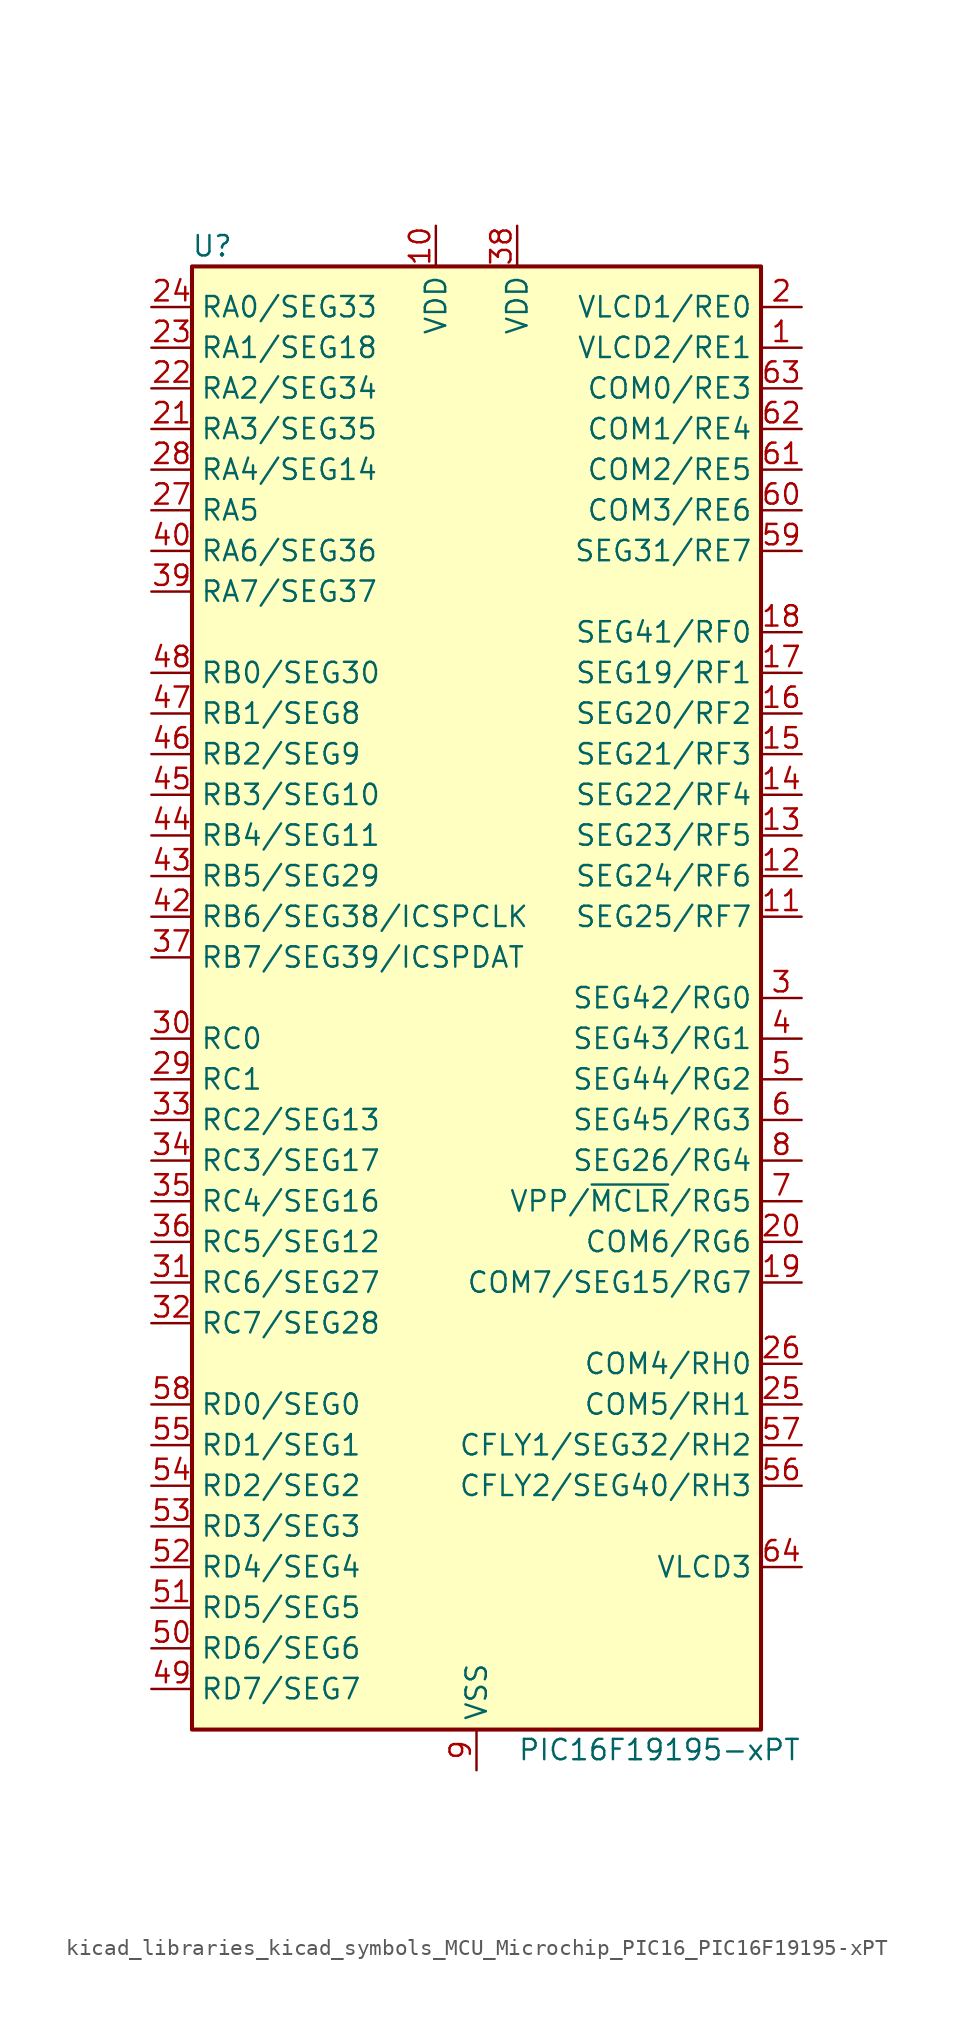
<source format=kicad_sym>
(kicad_symbol_lib
  (version 20220914)
  (generator kicad_symbol_editor)
  (symbol "kicad_libraries_kicad_symbols_MCU_Microchip_PIC16_PIC16F19195-xPT"
    (property "Reference" "U"
      (at -16.51 46.99 0)
      (effects (font (size 1.27 1.27))))
    (property "Value" "PIC16F19195-xPT"
      (at 11.43 -46.99 0)
      (effects (font (size 1.27 1.27))))
    (symbol "kicad_libraries_kicad_symbols_MCU_Microchip_PIC16_PIC16F19195-xPT_0_1"
      (rectangle (start -17.78 45.72) (end 17.78 -45.72) (stroke (width 0.254) (type default)) (fill (type background))))
    (symbol "kicad_libraries_kicad_symbols_MCU_Microchip_PIC16_PIC16F19195-xPT_1_1"
      (pin bidirectional line (at 20.32 40.64 180) (length 2.54) (name "VLCD2/RE1" (effects (font (size 1.27 1.27)))) (number "1" (effects (font (size 1.27 1.27)))))
      (pin power_in line (at -2.54 48.26 270) (length 2.54) (name "VDD" (effects (font (size 1.27 1.27)))) (number "10" (effects (font (size 1.27 1.27)))))
      (pin bidirectional line (at 20.32 5.08 180) (length 2.54) (name "SEG25/RF7" (effects (font (size 1.27 1.27)))) (number "11" (effects (font (size 1.27 1.27)))))
      (pin bidirectional line (at 20.32 7.62 180) (length 2.54) (name "SEG24/RF6" (effects (font (size 1.27 1.27)))) (number "12" (effects (font (size 1.27 1.27)))))
      (pin bidirectional line (at 20.32 10.16 180) (length 2.54) (name "SEG23/RF5" (effects (font (size 1.27 1.27)))) (number "13" (effects (font (size 1.27 1.27)))))
      (pin bidirectional line (at 20.32 12.7 180) (length 2.54) (name "SEG22/RF4" (effects (font (size 1.27 1.27)))) (number "14" (effects (font (size 1.27 1.27)))))
      (pin bidirectional line (at 20.32 15.24 180) (length 2.54) (name "SEG21/RF3" (effects (font (size 1.27 1.27)))) (number "15" (effects (font (size 1.27 1.27)))))
      (pin bidirectional line (at 20.32 17.78 180) (length 2.54) (name "SEG20/RF2" (effects (font (size 1.27 1.27)))) (number "16" (effects (font (size 1.27 1.27)))))
      (pin bidirectional line (at 20.32 20.32 180) (length 2.54) (name "SEG19/RF1" (effects (font (size 1.27 1.27)))) (number "17" (effects (font (size 1.27 1.27)))))
      (pin bidirectional line (at 20.32 22.86 180) (length 2.54) (name "SEG41/RF0" (effects (font (size 1.27 1.27)))) (number "18" (effects (font (size 1.27 1.27)))))
      (pin bidirectional line (at 20.32 -17.78 180) (length 2.54) (name "COM7/SEG15/RG7" (effects (font (size 1.27 1.27)))) (number "19" (effects (font (size 1.27 1.27)))))
      (pin bidirectional line (at 20.32 43.18 180) (length 2.54) (name "VLCD1/RE0" (effects (font (size 1.27 1.27)))) (number "2" (effects (font (size 1.27 1.27)))))
      (pin bidirectional line (at 20.32 -15.24 180) (length 2.54) (name "COM6/RG6" (effects (font (size 1.27 1.27)))) (number "20" (effects (font (size 1.27 1.27)))))
      (pin bidirectional line (at -20.32 35.56 0) (length 2.54) (name "RA3/SEG35" (effects (font (size 1.27 1.27)))) (number "21" (effects (font (size 1.27 1.27)))))
      (pin bidirectional line (at -20.32 38.1 0) (length 2.54) (name "RA2/SEG34" (effects (font (size 1.27 1.27)))) (number "22" (effects (font (size 1.27 1.27)))))
      (pin bidirectional line (at -20.32 40.64 0) (length 2.54) (name "RA1/SEG18" (effects (font (size 1.27 1.27)))) (number "23" (effects (font (size 1.27 1.27)))))
      (pin bidirectional line (at -20.32 43.18 0) (length 2.54) (name "RA0/SEG33" (effects (font (size 1.27 1.27)))) (number "24" (effects (font (size 1.27 1.27)))))
      (pin bidirectional line (at 20.32 -25.4 180) (length 2.54) (name "COM5/RH1" (effects (font (size 1.27 1.27)))) (number "25" (effects (font (size 1.27 1.27)))))
      (pin bidirectional line (at 20.32 -22.86 180) (length 2.54) (name "COM4/RH0" (effects (font (size 1.27 1.27)))) (number "26" (effects (font (size 1.27 1.27)))))
      (pin bidirectional line (at -20.32 30.48 0) (length 2.54) (name "RA5" (effects (font (size 1.27 1.27)))) (number "27" (effects (font (size 1.27 1.27)))))
      (pin bidirectional line (at -20.32 33.02 0) (length 2.54) (name "RA4/SEG14" (effects (font (size 1.27 1.27)))) (number "28" (effects (font (size 1.27 1.27)))))
      (pin bidirectional line (at -20.32 -5.08 0) (length 2.54) (name "RC1" (effects (font (size 1.27 1.27)))) (number "29" (effects (font (size 1.27 1.27)))))
      (pin bidirectional line (at 20.32 0 180) (length 2.54) (name "SEG42/RG0" (effects (font (size 1.27 1.27)))) (number "3" (effects (font (size 1.27 1.27)))))
      (pin bidirectional line (at -20.32 -2.54 0) (length 2.54) (name "RC0" (effects (font (size 1.27 1.27)))) (number "30" (effects (font (size 1.27 1.27)))))
      (pin bidirectional line (at -20.32 -17.78 0) (length 2.54) (name "RC6/SEG27" (effects (font (size 1.27 1.27)))) (number "31" (effects (font (size 1.27 1.27)))))
      (pin bidirectional line (at -20.32 -20.32 0) (length 2.54) (name "RC7/SEG28" (effects (font (size 1.27 1.27)))) (number "32" (effects (font (size 1.27 1.27)))))
      (pin bidirectional line (at -20.32 -7.62 0) (length 2.54) (name "RC2/SEG13" (effects (font (size 1.27 1.27)))) (number "33" (effects (font (size 1.27 1.27)))))
      (pin bidirectional line (at -20.32 -10.16 0) (length 2.54) (name "RC3/SEG17" (effects (font (size 1.27 1.27)))) (number "34" (effects (font (size 1.27 1.27)))))
      (pin bidirectional line (at -20.32 -12.7 0) (length 2.54) (name "RC4/SEG16" (effects (font (size 1.27 1.27)))) (number "35" (effects (font (size 1.27 1.27)))))
      (pin bidirectional line (at -20.32 -15.24 0) (length 2.54) (name "RC5/SEG12" (effects (font (size 1.27 1.27)))) (number "36" (effects (font (size 1.27 1.27)))))
      (pin bidirectional line (at -20.32 2.54 0) (length 2.54) (name "RB7/SEG39/ICSPDAT" (effects (font (size 1.27 1.27)))) (number "37" (effects (font (size 1.27 1.27)))))
      (pin power_in line (at 2.54 48.26 270) (length 2.54) (name "VDD" (effects (font (size 1.27 1.27)))) (number "38" (effects (font (size 1.27 1.27)))))
      (pin bidirectional line (at -20.32 25.4 0) (length 2.54) (name "RA7/SEG37" (effects (font (size 1.27 1.27)))) (number "39" (effects (font (size 1.27 1.27)))))
      (pin bidirectional line (at 20.32 -2.54 180) (length 2.54) (name "SEG43/RG1" (effects (font (size 1.27 1.27)))) (number "4" (effects (font (size 1.27 1.27)))))
      (pin bidirectional line (at -20.32 27.94 0) (length 2.54) (name "RA6/SEG36" (effects (font (size 1.27 1.27)))) (number "40" (effects (font (size 1.27 1.27)))))
      (pin passive line (at 0 -48.26 90) (length 2.54) hide (name "VSS" (effects (font (size 1.27 1.27)))) (number "41" (effects (font (size 1.27 1.27)))))
      (pin bidirectional line (at -20.32 5.08 0) (length 2.54) (name "RB6/SEG38/ICSPCLK" (effects (font (size 1.27 1.27)))) (number "42" (effects (font (size 1.27 1.27)))))
      (pin bidirectional line (at -20.32 7.62 0) (length 2.54) (name "RB5/SEG29" (effects (font (size 1.27 1.27)))) (number "43" (effects (font (size 1.27 1.27)))))
      (pin bidirectional line (at -20.32 10.16 0) (length 2.54) (name "RB4/SEG11" (effects (font (size 1.27 1.27)))) (number "44" (effects (font (size 1.27 1.27)))))
      (pin bidirectional line (at -20.32 12.7 0) (length 2.54) (name "RB3/SEG10" (effects (font (size 1.27 1.27)))) (number "45" (effects (font (size 1.27 1.27)))))
      (pin bidirectional line (at -20.32 15.24 0) (length 2.54) (name "RB2/SEG9" (effects (font (size 1.27 1.27)))) (number "46" (effects (font (size 1.27 1.27)))))
      (pin bidirectional line (at -20.32 17.78 0) (length 2.54) (name "RB1/SEG8" (effects (font (size 1.27 1.27)))) (number "47" (effects (font (size 1.27 1.27)))))
      (pin bidirectional line (at -20.32 20.32 0) (length 2.54) (name "RB0/SEG30" (effects (font (size 1.27 1.27)))) (number "48" (effects (font (size 1.27 1.27)))))
      (pin bidirectional line (at -20.32 -43.18 0) (length 2.54) (name "RD7/SEG7" (effects (font (size 1.27 1.27)))) (number "49" (effects (font (size 1.27 1.27)))))
      (pin bidirectional line (at 20.32 -5.08 180) (length 2.54) (name "SEG44/RG2" (effects (font (size 1.27 1.27)))) (number "5" (effects (font (size 1.27 1.27)))))
      (pin bidirectional line (at -20.32 -40.64 0) (length 2.54) (name "RD6/SEG6" (effects (font (size 1.27 1.27)))) (number "50" (effects (font (size 1.27 1.27)))))
      (pin bidirectional line (at -20.32 -38.1 0) (length 2.54) (name "RD5/SEG5" (effects (font (size 1.27 1.27)))) (number "51" (effects (font (size 1.27 1.27)))))
      (pin bidirectional line (at -20.32 -35.56 0) (length 2.54) (name "RD4/SEG4" (effects (font (size 1.27 1.27)))) (number "52" (effects (font (size 1.27 1.27)))))
      (pin bidirectional line (at -20.32 -33.02 0) (length 2.54) (name "RD3/SEG3" (effects (font (size 1.27 1.27)))) (number "53" (effects (font (size 1.27 1.27)))))
      (pin bidirectional line (at -20.32 -30.48 0) (length 2.54) (name "RD2/SEG2" (effects (font (size 1.27 1.27)))) (number "54" (effects (font (size 1.27 1.27)))))
      (pin bidirectional line (at -20.32 -27.94 0) (length 2.54) (name "RD1/SEG1" (effects (font (size 1.27 1.27)))) (number "55" (effects (font (size 1.27 1.27)))))
      (pin bidirectional line (at 20.32 -30.48 180) (length 2.54) (name "CFLY2/SEG40/RH3" (effects (font (size 1.27 1.27)))) (number "56" (effects (font (size 1.27 1.27)))))
      (pin bidirectional line (at 20.32 -27.94 180) (length 2.54) (name "CFLY1/SEG32/RH2" (effects (font (size 1.27 1.27)))) (number "57" (effects (font (size 1.27 1.27)))))
      (pin bidirectional line (at -20.32 -25.4 0) (length 2.54) (name "RD0/SEG0" (effects (font (size 1.27 1.27)))) (number "58" (effects (font (size 1.27 1.27)))))
      (pin bidirectional line (at 20.32 27.94 180) (length 2.54) (name "SEG31/RE7" (effects (font (size 1.27 1.27)))) (number "59" (effects (font (size 1.27 1.27)))))
      (pin bidirectional line (at 20.32 -7.62 180) (length 2.54) (name "SEG45/RG3" (effects (font (size 1.27 1.27)))) (number "6" (effects (font (size 1.27 1.27)))))
      (pin bidirectional line (at 20.32 30.48 180) (length 2.54) (name "COM3/RE6" (effects (font (size 1.27 1.27)))) (number "60" (effects (font (size 1.27 1.27)))))
      (pin bidirectional line (at 20.32 33.02 180) (length 2.54) (name "COM2/RE5" (effects (font (size 1.27 1.27)))) (number "61" (effects (font (size 1.27 1.27)))))
      (pin bidirectional line (at 20.32 35.56 180) (length 2.54) (name "COM1/RE4" (effects (font (size 1.27 1.27)))) (number "62" (effects (font (size 1.27 1.27)))))
      (pin bidirectional line (at 20.32 38.1 180) (length 2.54) (name "COM0/RE3" (effects (font (size 1.27 1.27)))) (number "63" (effects (font (size 1.27 1.27)))))
      (pin input line (at 20.32 -35.56 180) (length 2.54) (name "VLCD3" (effects (font (size 1.27 1.27)))) (number "64" (effects (font (size 1.27 1.27)))))
      (pin bidirectional line (at 20.32 -12.7 180) (length 2.54) (name "VPP/~{MCLR}/RG5" (effects (font (size 1.27 1.27)))) (number "7" (effects (font (size 1.27 1.27)))))
      (pin bidirectional line (at 20.32 -10.16 180) (length 2.54) (name "SEG26/RG4" (effects (font (size 1.27 1.27)))) (number "8" (effects (font (size 1.27 1.27)))))
      (pin power_in line (at 0 -48.26 90) (length 2.54) (name "VSS" (effects (font (size 1.27 1.27)))) (number "9" (effects (font (size 1.27 1.27))))))))
</source>
